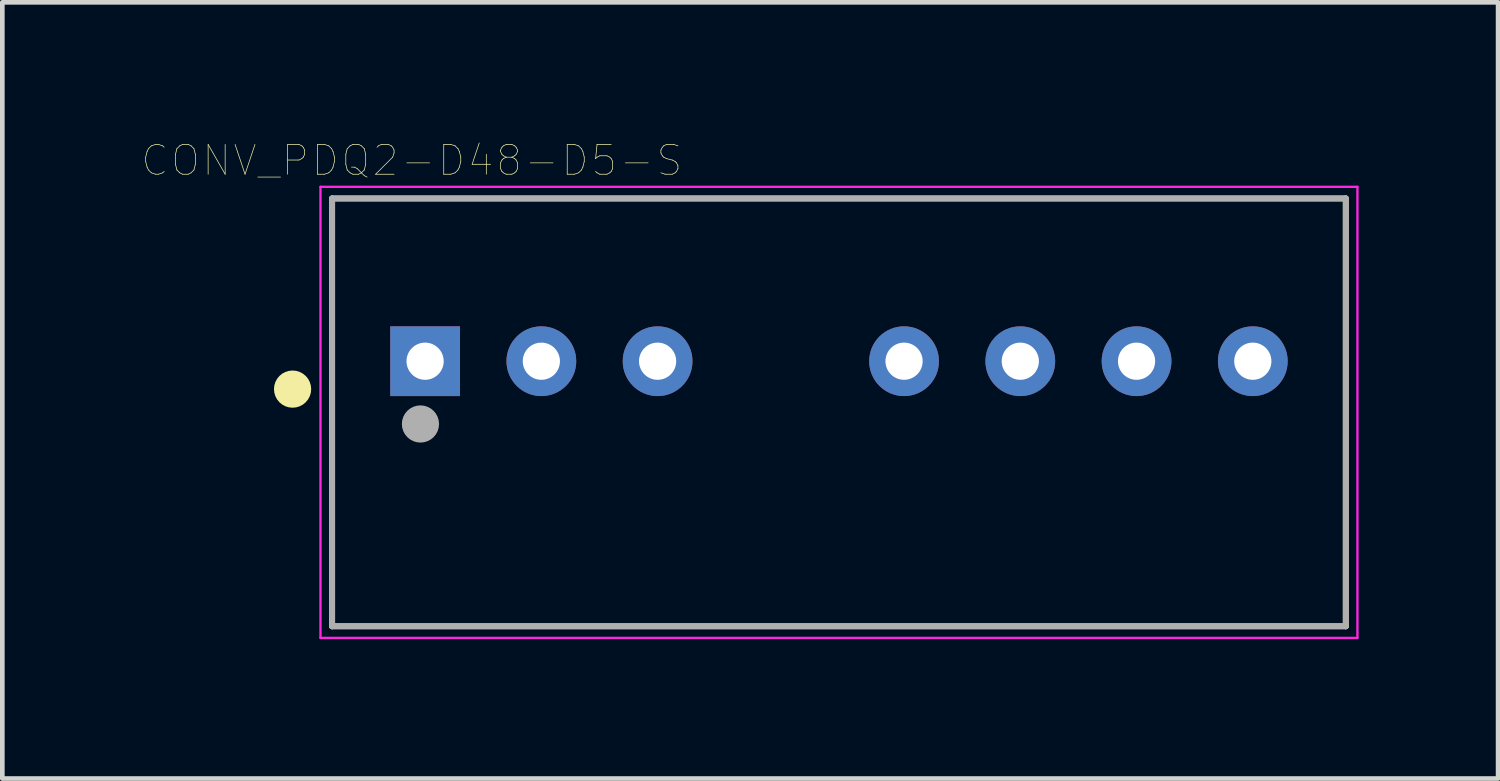
<source format=kicad_pcb>
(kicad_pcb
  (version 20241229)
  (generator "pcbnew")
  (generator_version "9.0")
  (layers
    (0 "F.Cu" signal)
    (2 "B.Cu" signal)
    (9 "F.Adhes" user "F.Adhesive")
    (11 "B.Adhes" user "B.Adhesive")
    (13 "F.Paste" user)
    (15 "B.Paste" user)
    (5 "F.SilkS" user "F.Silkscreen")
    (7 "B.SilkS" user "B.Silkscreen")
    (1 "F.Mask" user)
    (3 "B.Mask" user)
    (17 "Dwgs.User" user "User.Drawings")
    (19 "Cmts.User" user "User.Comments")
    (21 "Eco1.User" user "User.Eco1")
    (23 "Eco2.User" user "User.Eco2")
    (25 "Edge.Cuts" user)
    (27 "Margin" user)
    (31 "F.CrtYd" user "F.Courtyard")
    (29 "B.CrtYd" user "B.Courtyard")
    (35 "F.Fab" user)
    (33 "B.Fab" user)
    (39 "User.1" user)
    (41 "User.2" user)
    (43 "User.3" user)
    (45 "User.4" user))
  (footprint "CONV_PDQ2-D48-D5-S"
    (layer "F.Cu")
    (at 14.992 5.818)
    (property "Reference" "CONV_PDQ2-D48-D5-S" (at -9.186 -5.417 0) (layer "F.SilkS") (effects (font (size 0.641 0.641) (thickness 0.015))))
    (attr through_hole)
    (fp_line (start -10.9 -4.6) (end 10.9 -4.6) (stroke (width 0.127) (type solid)) (layer "F.SilkS"))
    (fp_line (start -10.9 4.6) (end -10.9 -4.6) (stroke (width 0.127) (type solid)) (layer "F.SilkS"))
    (fp_line (start 10.9 -4.6) (end 10.9 4.6) (stroke (width 0.127) (type solid)) (layer "F.SilkS"))
    (fp_line (start 10.9 4.6) (end -10.9 4.6) (stroke (width 0.127) (type solid)) (layer "F.SilkS"))
    (fp_circle (center -11.75 -0.5) (end -11.55 -0.5) (stroke (width 0.4) (type solid)) (fill no) (layer "F.SilkS"))
    (fp_line (start -11.15 -4.85) (end 11.15 -4.85) (stroke (width 0.05) (type solid)) (layer "F.CrtYd"))
    (fp_line (start -11.15 4.85) (end -11.15 -4.85) (stroke (width 0.05) (type solid)) (layer "F.CrtYd"))
    (fp_line (start 11.15 -4.85) (end 11.15 4.85) (stroke (width 0.05) (type solid)) (layer "F.CrtYd"))
    (fp_line (start 11.15 4.85) (end -11.15 4.85) (stroke (width 0.05) (type solid)) (layer "F.CrtYd"))
    (fp_line (start -10.9 -4.6) (end 10.9 -4.6) (stroke (width 0.127) (type solid)) (layer "F.Fab"))
    (fp_line (start -10.9 4.6) (end -10.9 -4.6) (stroke (width 0.127) (type solid)) (layer "F.Fab"))
    (fp_line (start 10.9 -4.6) (end 10.9 4.6) (stroke (width 0.127) (type solid)) (layer "F.Fab"))
    (fp_line (start 10.9 4.6) (end -10.9 4.6) (stroke (width 0.127) (type solid)) (layer "F.Fab"))
    (fp_circle (center -9 0.25) (end -8.8 0.25) (stroke (width 0.4) (type solid)) (fill no) (layer "F.Fab"))
    (pad "1" thru_hole rect (at -8.9 -1.1) (size 1.5 1.5) (drill 0.8) (layers "*.Cu" "*.Mask"))
    (pad "2" thru_hole circle (at -6.4 -1.1) (size 1.5 1.5) (drill 0.8) (layers "*.Cu" "*.Mask"))
    (pad "3" thru_hole circle (at -3.9 -1.1) (size 1.5 1.5) (drill 0.8) (layers "*.Cu" "*.Mask"))
    (pad "5" thru_hole circle (at 1.4 -1.1) (size 1.5 1.5) (drill 0.8) (layers "*.Cu" "*.Mask"))
    (pad "6" thru_hole circle (at 3.9 -1.1) (size 1.5 1.5) (drill 0.8) (layers "*.Cu" "*.Mask"))
    (pad "7" thru_hole circle (at 6.4 -1.1) (size 1.5 1.5) (drill 0.8) (layers "*.Cu" "*.Mask"))
    (pad "8" thru_hole circle (at 8.9 -1.1) (size 1.5 1.5) (drill 0.8) (layers "*.Cu" "*.Mask")))
  (gr_rect
    (start -3 -3)
    (end 29.167 13.693)
    (stroke (width 0.1) (type default))
    (fill no)
    (layer "Edge.Cuts")))
</source>
